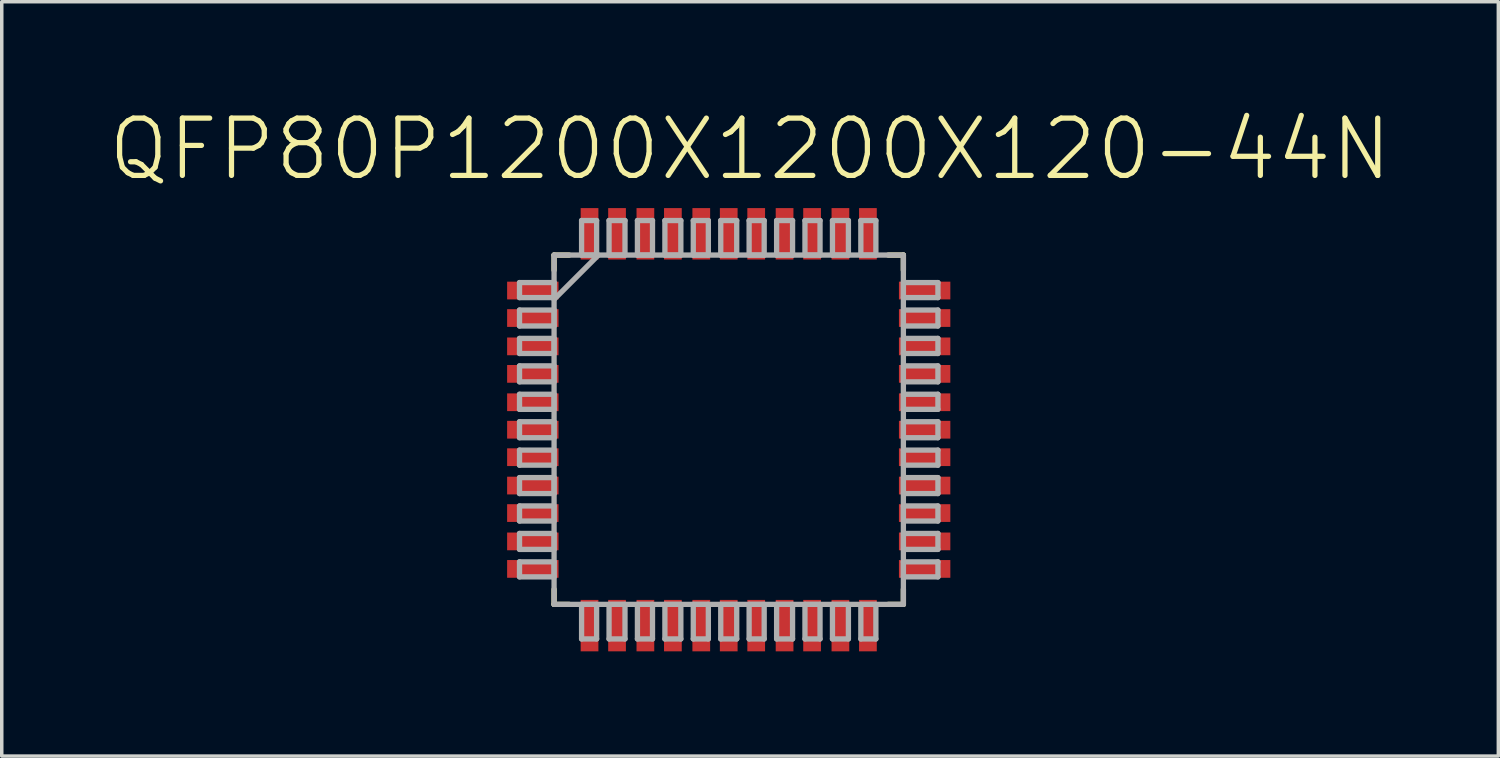
<source format=kicad_pcb>
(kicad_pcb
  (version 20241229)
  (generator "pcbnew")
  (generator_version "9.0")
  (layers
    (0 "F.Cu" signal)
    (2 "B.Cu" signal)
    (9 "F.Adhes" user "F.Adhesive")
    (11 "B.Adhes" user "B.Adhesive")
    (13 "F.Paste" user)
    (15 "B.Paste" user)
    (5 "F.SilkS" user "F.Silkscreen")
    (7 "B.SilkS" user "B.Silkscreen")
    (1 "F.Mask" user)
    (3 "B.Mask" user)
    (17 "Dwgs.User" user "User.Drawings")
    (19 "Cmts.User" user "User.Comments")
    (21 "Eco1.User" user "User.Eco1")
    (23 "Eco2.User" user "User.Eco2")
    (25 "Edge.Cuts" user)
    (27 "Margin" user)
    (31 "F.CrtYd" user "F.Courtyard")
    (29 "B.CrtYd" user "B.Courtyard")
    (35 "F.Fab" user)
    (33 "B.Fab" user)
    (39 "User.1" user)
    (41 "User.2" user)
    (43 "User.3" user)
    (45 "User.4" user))
  (footprint "QFP80P1200X1200X120-44N"
    (layer "F.Cu")
    (at 17.829 9.262)
    (property "Reference" "QFP80P1200X1200X120-44N" (at 0.61 -8.038 0) (layer "F.SilkS") (effects (font (size 1.642 1.642) (thickness 0.15))))
    (attr smd)
    (fp_line (start -5.004 -5.004) (end -5.004 -4.572) (stroke (width 0.152) (type solid)) (layer "F.SilkS"))
    (fp_line (start -5.004 4.572) (end -5.004 5.004) (stroke (width 0.152) (type solid)) (layer "F.SilkS"))
    (fp_line (start -5.004 5.004) (end -4.572 5.004) (stroke (width 0.152) (type solid)) (layer "F.SilkS"))
    (fp_line (start -4.572 -5.004) (end -5.004 -5.004) (stroke (width 0.152) (type solid)) (layer "F.SilkS"))
    (fp_line (start 4.572 5.004) (end 5.004 5.004) (stroke (width 0.152) (type solid)) (layer "F.SilkS"))
    (fp_line (start 5.004 -5.004) (end 4.572 -5.004) (stroke (width 0.152) (type solid)) (layer "F.SilkS"))
    (fp_line (start 5.004 -4.572) (end 5.004 -5.004) (stroke (width 0.152) (type solid)) (layer "F.SilkS"))
    (fp_line (start 5.004 5.004) (end 5.004 4.572) (stroke (width 0.152) (type solid)) (layer "F.SilkS"))
    (fp_line (start -5.994 -4.216) (end -5.994 -3.785) (stroke (width 0.152) (type solid)) (layer "F.Fab"))
    (fp_line (start -5.994 -3.785) (end -5.004 -3.785) (stroke (width 0.152) (type solid)) (layer "F.Fab"))
    (fp_line (start -5.994 -3.429) (end -5.994 -2.972) (stroke (width 0.152) (type solid)) (layer "F.Fab"))
    (fp_line (start -5.994 -2.972) (end -5.004 -2.972) (stroke (width 0.152) (type solid)) (layer "F.Fab"))
    (fp_line (start -5.994 -2.616) (end -5.994 -2.184) (stroke (width 0.152) (type solid)) (layer "F.Fab"))
    (fp_line (start -5.994 -2.184) (end -5.004 -2.184) (stroke (width 0.152) (type solid)) (layer "F.Fab"))
    (fp_line (start -5.994 -1.829) (end -5.994 -1.372) (stroke (width 0.152) (type solid)) (layer "F.Fab"))
    (fp_line (start -5.994 -1.372) (end -5.004 -1.372) (stroke (width 0.152) (type solid)) (layer "F.Fab"))
    (fp_line (start -5.994 -1.016) (end -5.994 -0.584) (stroke (width 0.152) (type solid)) (layer "F.Fab"))
    (fp_line (start -5.994 -0.584) (end -5.004 -0.584) (stroke (width 0.152) (type solid)) (layer "F.Fab"))
    (fp_line (start -5.994 -0.229) (end -5.994 0.229) (stroke (width 0.152) (type solid)) (layer "F.Fab"))
    (fp_line (start -5.994 0.229) (end -5.004 0.229) (stroke (width 0.152) (type solid)) (layer "F.Fab"))
    (fp_line (start -5.994 0.584) (end -5.994 1.016) (stroke (width 0.152) (type solid)) (layer "F.Fab"))
    (fp_line (start -5.994 1.016) (end -5.004 1.016) (stroke (width 0.152) (type solid)) (layer "F.Fab"))
    (fp_line (start -5.994 1.372) (end -5.994 1.829) (stroke (width 0.152) (type solid)) (layer "F.Fab"))
    (fp_line (start -5.994 1.829) (end -5.004 1.829) (stroke (width 0.152) (type solid)) (layer "F.Fab"))
    (fp_line (start -5.994 2.184) (end -5.994 2.616) (stroke (width 0.152) (type solid)) (layer "F.Fab"))
    (fp_line (start -5.994 2.616) (end -5.004 2.616) (stroke (width 0.152) (type solid)) (layer "F.Fab"))
    (fp_line (start -5.994 2.972) (end -5.994 3.429) (stroke (width 0.152) (type solid)) (layer "F.Fab"))
    (fp_line (start -5.994 3.429) (end -5.004 3.429) (stroke (width 0.152) (type solid)) (layer "F.Fab"))
    (fp_line (start -5.994 3.785) (end -5.994 4.216) (stroke (width 0.152) (type solid)) (layer "F.Fab"))
    (fp_line (start -5.994 4.216) (end -5.004 4.216) (stroke (width 0.152) (type solid)) (layer "F.Fab"))
    (fp_line (start -5.004 -5.004) (end -5.004 5.004) (stroke (width 0.152) (type solid)) (layer "F.Fab"))
    (fp_line (start -5.004 -4.216) (end -5.994 -4.216) (stroke (width 0.152) (type solid)) (layer "F.Fab"))
    (fp_line (start -5.004 -3.785) (end -5.004 -4.216) (stroke (width 0.152) (type solid)) (layer "F.Fab"))
    (fp_line (start -5.004 -3.734) (end -3.734 -5.004) (stroke (width 0.152) (type solid)) (layer "F.Fab"))
    (fp_line (start -5.004 -3.429) (end -5.994 -3.429) (stroke (width 0.152) (type solid)) (layer "F.Fab"))
    (fp_line (start -5.004 -2.972) (end -5.004 -3.429) (stroke (width 0.152) (type solid)) (layer "F.Fab"))
    (fp_line (start -5.004 -2.616) (end -5.994 -2.616) (stroke (width 0.152) (type solid)) (layer "F.Fab"))
    (fp_line (start -5.004 -2.184) (end -5.004 -2.616) (stroke (width 0.152) (type solid)) (layer "F.Fab"))
    (fp_line (start -5.004 -1.829) (end -5.994 -1.829) (stroke (width 0.152) (type solid)) (layer "F.Fab"))
    (fp_line (start -5.004 -1.372) (end -5.004 -1.829) (stroke (width 0.152) (type solid)) (layer "F.Fab"))
    (fp_line (start -5.004 -1.016) (end -5.994 -1.016) (stroke (width 0.152) (type solid)) (layer "F.Fab"))
    (fp_line (start -5.004 -0.584) (end -5.004 -1.016) (stroke (width 0.152) (type solid)) (layer "F.Fab"))
    (fp_line (start -5.004 -0.229) (end -5.994 -0.229) (stroke (width 0.152) (type solid)) (layer "F.Fab"))
    (fp_line (start -5.004 0.229) (end -5.004 -0.229) (stroke (width 0.152) (type solid)) (layer "F.Fab"))
    (fp_line (start -5.004 0.584) (end -5.994 0.584) (stroke (width 0.152) (type solid)) (layer "F.Fab"))
    (fp_line (start -5.004 1.016) (end -5.004 0.584) (stroke (width 0.152) (type solid)) (layer "F.Fab"))
    (fp_line (start -5.004 1.372) (end -5.994 1.372) (stroke (width 0.152) (type solid)) (layer "F.Fab"))
    (fp_line (start -5.004 1.829) (end -5.004 1.372) (stroke (width 0.152) (type solid)) (layer "F.Fab"))
    (fp_line (start -5.004 2.184) (end -5.994 2.184) (stroke (width 0.152) (type solid)) (layer "F.Fab"))
    (fp_line (start -5.004 2.616) (end -5.004 2.184) (stroke (width 0.152) (type solid)) (layer "F.Fab"))
    (fp_line (start -5.004 2.972) (end -5.994 2.972) (stroke (width 0.152) (type solid)) (layer "F.Fab"))
    (fp_line (start -5.004 3.429) (end -5.004 2.972) (stroke (width 0.152) (type solid)) (layer "F.Fab"))
    (fp_line (start -5.004 3.785) (end -5.994 3.785) (stroke (width 0.152) (type solid)) (layer "F.Fab"))
    (fp_line (start -5.004 4.216) (end -5.004 3.785) (stroke (width 0.152) (type solid)) (layer "F.Fab"))
    (fp_line (start -5.004 5.004) (end 5.004 5.004) (stroke (width 0.152) (type solid)) (layer "F.Fab"))
    (fp_line (start -4.216 -5.994) (end -4.216 -5.004) (stroke (width 0.152) (type solid)) (layer "F.Fab"))
    (fp_line (start -4.216 -5.004) (end -3.785 -5.004) (stroke (width 0.152) (type solid)) (layer "F.Fab"))
    (fp_line (start -4.216 5.004) (end -4.216 5.994) (stroke (width 0.152) (type solid)) (layer "F.Fab"))
    (fp_line (start -4.216 5.994) (end -3.785 5.994) (stroke (width 0.152) (type solid)) (layer "F.Fab"))
    (fp_line (start -3.785 -5.994) (end -4.216 -5.994) (stroke (width 0.152) (type solid)) (layer "F.Fab"))
    (fp_line (start -3.785 -5.004) (end -3.785 -5.994) (stroke (width 0.152) (type solid)) (layer "F.Fab"))
    (fp_line (start -3.785 5.004) (end -4.216 5.004) (stroke (width 0.152) (type solid)) (layer "F.Fab"))
    (fp_line (start -3.785 5.994) (end -3.785 5.004) (stroke (width 0.152) (type solid)) (layer "F.Fab"))
    (fp_line (start -3.429 -5.994) (end -3.429 -5.004) (stroke (width 0.152) (type solid)) (layer "F.Fab"))
    (fp_line (start -3.429 -5.004) (end -2.972 -5.004) (stroke (width 0.152) (type solid)) (layer "F.Fab"))
    (fp_line (start -3.429 5.004) (end -3.429 5.994) (stroke (width 0.152) (type solid)) (layer "F.Fab"))
    (fp_line (start -3.429 5.994) (end -2.972 5.994) (stroke (width 0.152) (type solid)) (layer "F.Fab"))
    (fp_line (start -2.972 -5.994) (end -3.429 -5.994) (stroke (width 0.152) (type solid)) (layer "F.Fab"))
    (fp_line (start -2.972 -5.004) (end -2.972 -5.994) (stroke (width 0.152) (type solid)) (layer "F.Fab"))
    (fp_line (start -2.972 5.004) (end -3.429 5.004) (stroke (width 0.152) (type solid)) (layer "F.Fab"))
    (fp_line (start -2.972 5.994) (end -2.972 5.004) (stroke (width 0.152) (type solid)) (layer "F.Fab"))
    (fp_line (start -2.616 -5.994) (end -2.616 -5.004) (stroke (width 0.152) (type solid)) (layer "F.Fab"))
    (fp_line (start -2.616 -5.004) (end -2.184 -5.004) (stroke (width 0.152) (type solid)) (layer "F.Fab"))
    (fp_line (start -2.616 5.004) (end -2.616 5.994) (stroke (width 0.152) (type solid)) (layer "F.Fab"))
    (fp_line (start -2.616 5.994) (end -2.184 5.994) (stroke (width 0.152) (type solid)) (layer "F.Fab"))
    (fp_line (start -2.184 -5.994) (end -2.616 -5.994) (stroke (width 0.152) (type solid)) (layer "F.Fab"))
    (fp_line (start -2.184 -5.004) (end -2.184 -5.994) (stroke (width 0.152) (type solid)) (layer "F.Fab"))
    (fp_line (start -2.184 5.004) (end -2.616 5.004) (stroke (width 0.152) (type solid)) (layer "F.Fab"))
    (fp_line (start -2.184 5.994) (end -2.184 5.004) (stroke (width 0.152) (type solid)) (layer "F.Fab"))
    (fp_line (start -1.829 -5.994) (end -1.829 -5.004) (stroke (width 0.152) (type solid)) (layer "F.Fab"))
    (fp_line (start -1.829 -5.004) (end -1.372 -5.004) (stroke (width 0.152) (type solid)) (layer "F.Fab"))
    (fp_line (start -1.829 5.004) (end -1.829 5.994) (stroke (width 0.152) (type solid)) (layer "F.Fab"))
    (fp_line (start -1.829 5.994) (end -1.372 5.994) (stroke (width 0.152) (type solid)) (layer "F.Fab"))
    (fp_line (start -1.372 -5.994) (end -1.829 -5.994) (stroke (width 0.152) (type solid)) (layer "F.Fab"))
    (fp_line (start -1.372 -5.004) (end -1.372 -5.994) (stroke (width 0.152) (type solid)) (layer "F.Fab"))
    (fp_line (start -1.372 5.004) (end -1.829 5.004) (stroke (width 0.152) (type solid)) (layer "F.Fab"))
    (fp_line (start -1.372 5.994) (end -1.372 5.004) (stroke (width 0.152) (type solid)) (layer "F.Fab"))
    (fp_line (start -1.016 -5.994) (end -1.016 -5.004) (stroke (width 0.152) (type solid)) (layer "F.Fab"))
    (fp_line (start -1.016 -5.004) (end -0.584 -5.004) (stroke (width 0.152) (type solid)) (layer "F.Fab"))
    (fp_line (start -1.016 5.004) (end -1.016 5.994) (stroke (width 0.152) (type solid)) (layer "F.Fab"))
    (fp_line (start -1.016 5.994) (end -0.584 5.994) (stroke (width 0.152) (type solid)) (layer "F.Fab"))
    (fp_line (start -0.584 -5.994) (end -1.016 -5.994) (stroke (width 0.152) (type solid)) (layer "F.Fab"))
    (fp_line (start -0.584 -5.004) (end -0.584 -5.994) (stroke (width 0.152) (type solid)) (layer "F.Fab"))
    (fp_line (start -0.584 5.004) (end -1.016 5.004) (stroke (width 0.152) (type solid)) (layer "F.Fab"))
    (fp_line (start -0.584 5.994) (end -0.584 5.004) (stroke (width 0.152) (type solid)) (layer "F.Fab"))
    (fp_line (start -0.229 -5.994) (end -0.229 -5.004) (stroke (width 0.152) (type solid)) (layer "F.Fab"))
    (fp_line (start -0.229 -5.004) (end 0.229 -5.004) (stroke (width 0.152) (type solid)) (layer "F.Fab"))
    (fp_line (start -0.229 5.004) (end -0.229 5.994) (stroke (width 0.152) (type solid)) (layer "F.Fab"))
    (fp_line (start -0.229 5.994) (end 0.229 5.994) (stroke (width 0.152) (type solid)) (layer "F.Fab"))
    (fp_line (start 0.229 -5.994) (end -0.229 -5.994) (stroke (width 0.152) (type solid)) (layer "F.Fab"))
    (fp_line (start 0.229 -5.004) (end 0.229 -5.994) (stroke (width 0.152) (type solid)) (layer "F.Fab"))
    (fp_line (start 0.229 5.004) (end -0.229 5.004) (stroke (width 0.152) (type solid)) (layer "F.Fab"))
    (fp_line (start 0.229 5.994) (end 0.229 5.004) (stroke (width 0.152) (type solid)) (layer "F.Fab"))
    (fp_line (start 0.584 -5.994) (end 0.584 -5.004) (stroke (width 0.152) (type solid)) (layer "F.Fab"))
    (fp_line (start 0.584 -5.004) (end 1.016 -5.004) (stroke (width 0.152) (type solid)) (layer "F.Fab"))
    (fp_line (start 0.584 5.004) (end 0.584 5.994) (stroke (width 0.152) (type solid)) (layer "F.Fab"))
    (fp_line (start 0.584 5.994) (end 1.016 5.994) (stroke (width 0.152) (type solid)) (layer "F.Fab"))
    (fp_line (start 1.016 -5.994) (end 0.584 -5.994) (stroke (width 0.152) (type solid)) (layer "F.Fab"))
    (fp_line (start 1.016 -5.004) (end 1.016 -5.994) (stroke (width 0.152) (type solid)) (layer "F.Fab"))
    (fp_line (start 1.016 5.004) (end 0.584 5.004) (stroke (width 0.152) (type solid)) (layer "F.Fab"))
    (fp_line (start 1.016 5.994) (end 1.016 5.004) (stroke (width 0.152) (type solid)) (layer "F.Fab"))
    (fp_line (start 1.372 -5.994) (end 1.372 -5.004) (stroke (width 0.152) (type solid)) (layer "F.Fab"))
    (fp_line (start 1.372 -5.004) (end 1.829 -5.004) (stroke (width 0.152) (type solid)) (layer "F.Fab"))
    (fp_line (start 1.372 5.004) (end 1.372 5.994) (stroke (width 0.152) (type solid)) (layer "F.Fab"))
    (fp_line (start 1.372 5.994) (end 1.829 5.994) (stroke (width 0.152) (type solid)) (layer "F.Fab"))
    (fp_line (start 1.829 -5.994) (end 1.372 -5.994) (stroke (width 0.152) (type solid)) (layer "F.Fab"))
    (fp_line (start 1.829 -5.004) (end 1.829 -5.994) (stroke (width 0.152) (type solid)) (layer "F.Fab"))
    (fp_line (start 1.829 5.004) (end 1.372 5.004) (stroke (width 0.152) (type solid)) (layer "F.Fab"))
    (fp_line (start 1.829 5.994) (end 1.829 5.004) (stroke (width 0.152) (type solid)) (layer "F.Fab"))
    (fp_line (start 2.184 -5.994) (end 2.184 -5.004) (stroke (width 0.152) (type solid)) (layer "F.Fab"))
    (fp_line (start 2.184 -5.004) (end 2.616 -5.004) (stroke (width 0.152) (type solid)) (layer "F.Fab"))
    (fp_line (start 2.184 5.004) (end 2.184 5.994) (stroke (width 0.152) (type solid)) (layer "F.Fab"))
    (fp_line (start 2.184 5.994) (end 2.616 5.994) (stroke (width 0.152) (type solid)) (layer "F.Fab"))
    (fp_line (start 2.616 -5.994) (end 2.184 -5.994) (stroke (width 0.152) (type solid)) (layer "F.Fab"))
    (fp_line (start 2.616 -5.004) (end 2.616 -5.994) (stroke (width 0.152) (type solid)) (layer "F.Fab"))
    (fp_line (start 2.616 5.004) (end 2.184 5.004) (stroke (width 0.152) (type solid)) (layer "F.Fab"))
    (fp_line (start 2.616 5.994) (end 2.616 5.004) (stroke (width 0.152) (type solid)) (layer "F.Fab"))
    (fp_line (start 2.972 -5.994) (end 2.972 -5.004) (stroke (width 0.152) (type solid)) (layer "F.Fab"))
    (fp_line (start 2.972 -5.004) (end 3.429 -5.004) (stroke (width 0.152) (type solid)) (layer "F.Fab"))
    (fp_line (start 2.972 5.004) (end 2.972 5.994) (stroke (width 0.152) (type solid)) (layer "F.Fab"))
    (fp_line (start 2.972 5.994) (end 3.429 5.994) (stroke (width 0.152) (type solid)) (layer "F.Fab"))
    (fp_line (start 3.429 -5.994) (end 2.972 -5.994) (stroke (width 0.152) (type solid)) (layer "F.Fab"))
    (fp_line (start 3.429 -5.004) (end 3.429 -5.994) (stroke (width 0.152) (type solid)) (layer "F.Fab"))
    (fp_line (start 3.429 5.004) (end 2.972 5.004) (stroke (width 0.152) (type solid)) (layer "F.Fab"))
    (fp_line (start 3.429 5.994) (end 3.429 5.004) (stroke (width 0.152) (type solid)) (layer "F.Fab"))
    (fp_line (start 3.785 -5.994) (end 3.785 -5.004) (stroke (width 0.152) (type solid)) (layer "F.Fab"))
    (fp_line (start 3.785 -5.004) (end 4.216 -5.004) (stroke (width 0.152) (type solid)) (layer "F.Fab"))
    (fp_line (start 3.785 5.004) (end 3.785 5.994) (stroke (width 0.152) (type solid)) (layer "F.Fab"))
    (fp_line (start 3.785 5.994) (end 4.216 5.994) (stroke (width 0.152) (type solid)) (layer "F.Fab"))
    (fp_line (start 4.216 -5.994) (end 3.785 -5.994) (stroke (width 0.152) (type solid)) (layer "F.Fab"))
    (fp_line (start 4.216 -5.004) (end 4.216 -5.994) (stroke (width 0.152) (type solid)) (layer "F.Fab"))
    (fp_line (start 4.216 5.004) (end 3.785 5.004) (stroke (width 0.152) (type solid)) (layer "F.Fab"))
    (fp_line (start 4.216 5.994) (end 4.216 5.004) (stroke (width 0.152) (type solid)) (layer "F.Fab"))
    (fp_line (start 5.004 -5.004) (end -5.004 -5.004) (stroke (width 0.152) (type solid)) (layer "F.Fab"))
    (fp_line (start 5.004 -4.216) (end 5.004 -3.785) (stroke (width 0.152) (type solid)) (layer "F.Fab"))
    (fp_line (start 5.004 -3.785) (end 5.994 -3.785) (stroke (width 0.152) (type solid)) (layer "F.Fab"))
    (fp_line (start 5.004 -3.429) (end 5.004 -2.972) (stroke (width 0.152) (type solid)) (layer "F.Fab"))
    (fp_line (start 5.004 -2.972) (end 5.994 -2.972) (stroke (width 0.152) (type solid)) (layer "F.Fab"))
    (fp_line (start 5.004 -2.616) (end 5.004 -2.184) (stroke (width 0.152) (type solid)) (layer "F.Fab"))
    (fp_line (start 5.004 -2.184) (end 5.994 -2.184) (stroke (width 0.152) (type solid)) (layer "F.Fab"))
    (fp_line (start 5.004 -1.829) (end 5.004 -1.372) (stroke (width 0.152) (type solid)) (layer "F.Fab"))
    (fp_line (start 5.004 -1.372) (end 5.994 -1.372) (stroke (width 0.152) (type solid)) (layer "F.Fab"))
    (fp_line (start 5.004 -1.016) (end 5.004 -0.584) (stroke (width 0.152) (type solid)) (layer "F.Fab"))
    (fp_line (start 5.004 -0.584) (end 5.994 -0.584) (stroke (width 0.152) (type solid)) (layer "F.Fab"))
    (fp_line (start 5.004 -0.229) (end 5.004 0.229) (stroke (width 0.152) (type solid)) (layer "F.Fab"))
    (fp_line (start 5.004 0.229) (end 5.994 0.229) (stroke (width 0.152) (type solid)) (layer "F.Fab"))
    (fp_line (start 5.004 0.584) (end 5.004 1.016) (stroke (width 0.152) (type solid)) (layer "F.Fab"))
    (fp_line (start 5.004 1.016) (end 5.994 1.016) (stroke (width 0.152) (type solid)) (layer "F.Fab"))
    (fp_line (start 5.004 1.372) (end 5.004 1.829) (stroke (width 0.152) (type solid)) (layer "F.Fab"))
    (fp_line (start 5.004 1.829) (end 5.994 1.829) (stroke (width 0.152) (type solid)) (layer "F.Fab"))
    (fp_line (start 5.004 2.184) (end 5.004 2.616) (stroke (width 0.152) (type solid)) (layer "F.Fab"))
    (fp_line (start 5.004 2.616) (end 5.994 2.616) (stroke (width 0.152) (type solid)) (layer "F.Fab"))
    (fp_line (start 5.004 2.972) (end 5.004 3.429) (stroke (width 0.152) (type solid)) (layer "F.Fab"))
    (fp_line (start 5.004 3.429) (end 5.994 3.429) (stroke (width 0.152) (type solid)) (layer "F.Fab"))
    (fp_line (start 5.004 3.785) (end 5.004 4.216) (stroke (width 0.152) (type solid)) (layer "F.Fab"))
    (fp_line (start 5.004 4.216) (end 5.994 4.216) (stroke (width 0.152) (type solid)) (layer "F.Fab"))
    (fp_line (start 5.004 5.004) (end 5.004 -5.004) (stroke (width 0.152) (type solid)) (layer "F.Fab"))
    (fp_line (start 5.994 -4.216) (end 5.004 -4.216) (stroke (width 0.152) (type solid)) (layer "F.Fab"))
    (fp_line (start 5.994 -3.785) (end 5.994 -4.216) (stroke (width 0.152) (type solid)) (layer "F.Fab"))
    (fp_line (start 5.994 -3.429) (end 5.004 -3.429) (stroke (width 0.152) (type solid)) (layer "F.Fab"))
    (fp_line (start 5.994 -2.972) (end 5.994 -3.429) (stroke (width 0.152) (type solid)) (layer "F.Fab"))
    (fp_line (start 5.994 -2.616) (end 5.004 -2.616) (stroke (width 0.152) (type solid)) (layer "F.Fab"))
    (fp_line (start 5.994 -2.184) (end 5.994 -2.616) (stroke (width 0.152) (type solid)) (layer "F.Fab"))
    (fp_line (start 5.994 -1.829) (end 5.004 -1.829) (stroke (width 0.152) (type solid)) (layer "F.Fab"))
    (fp_line (start 5.994 -1.372) (end 5.994 -1.829) (stroke (width 0.152) (type solid)) (layer "F.Fab"))
    (fp_line (start 5.994 -1.016) (end 5.004 -1.016) (stroke (width 0.152) (type solid)) (layer "F.Fab"))
    (fp_line (start 5.994 -0.584) (end 5.994 -1.016) (stroke (width 0.152) (type solid)) (layer "F.Fab"))
    (fp_line (start 5.994 -0.229) (end 5.004 -0.229) (stroke (width 0.152) (type solid)) (layer "F.Fab"))
    (fp_line (start 5.994 0.229) (end 5.994 -0.229) (stroke (width 0.152) (type solid)) (layer "F.Fab"))
    (fp_line (start 5.994 0.584) (end 5.004 0.584) (stroke (width 0.152) (type solid)) (layer "F.Fab"))
    (fp_line (start 5.994 1.016) (end 5.994 0.584) (stroke (width 0.152) (type solid)) (layer "F.Fab"))
    (fp_line (start 5.994 1.372) (end 5.004 1.372) (stroke (width 0.152) (type solid)) (layer "F.Fab"))
    (fp_line (start 5.994 1.829) (end 5.994 1.372) (stroke (width 0.152) (type solid)) (layer "F.Fab"))
    (fp_line (start 5.994 2.184) (end 5.004 2.184) (stroke (width 0.152) (type solid)) (layer "F.Fab"))
    (fp_line (start 5.994 2.616) (end 5.994 2.184) (stroke (width 0.152) (type solid)) (layer "F.Fab"))
    (fp_line (start 5.994 2.972) (end 5.004 2.972) (stroke (width 0.152) (type solid)) (layer "F.Fab"))
    (fp_line (start 5.994 3.429) (end 5.994 2.972) (stroke (width 0.152) (type solid)) (layer "F.Fab"))
    (fp_line (start 5.994 3.785) (end 5.004 3.785) (stroke (width 0.152) (type solid)) (layer "F.Fab"))
    (fp_line (start 5.994 4.216) (end 5.994 3.785) (stroke (width 0.152) (type solid)) (layer "F.Fab"))
    (pad "1" smd rect (at -5.613 -3.988) (size 1.473 0.508) (layers "F.Cu" "F.Mask" "F.Paste"))
    (pad "2" smd rect (at -5.613 -3.2) (size 1.473 0.508) (layers "F.Cu" "F.Mask" "F.Paste"))
    (pad "3" smd rect (at -5.613 -2.388) (size 1.473 0.508) (layers "F.Cu" "F.Mask" "F.Paste"))
    (pad "4" smd rect (at -5.613 -1.6) (size 1.473 0.508) (layers "F.Cu" "F.Mask" "F.Paste"))
    (pad "5" smd rect (at -5.613 -0.787) (size 1.473 0.508) (layers "F.Cu" "F.Mask" "F.Paste"))
    (pad "6" smd rect (at -5.613 0) (size 1.473 0.508) (layers "F.Cu" "F.Mask" "F.Paste"))
    (pad "7" smd rect (at -5.613 0.787) (size 1.473 0.508) (layers "F.Cu" "F.Mask" "F.Paste"))
    (pad "8" smd rect (at -5.613 1.6) (size 1.473 0.508) (layers "F.Cu" "F.Mask" "F.Paste"))
    (pad "9" smd rect (at -5.613 2.388) (size 1.473 0.508) (layers "F.Cu" "F.Mask" "F.Paste"))
    (pad "10" smd rect (at -5.613 3.2) (size 1.473 0.508) (layers "F.Cu" "F.Mask" "F.Paste"))
    (pad "11" smd rect (at -5.613 3.988) (size 1.473 0.508) (layers "F.Cu" "F.Mask" "F.Paste"))
    (pad "12" smd rect (at -3.988 5.613) (size 0.508 1.473) (layers "F.Cu" "F.Mask" "F.Paste"))
    (pad "13" smd rect (at -3.2 5.613) (size 0.508 1.473) (layers "F.Cu" "F.Mask" "F.Paste"))
    (pad "14" smd rect (at -2.388 5.613) (size 0.508 1.473) (layers "F.Cu" "F.Mask" "F.Paste"))
    (pad "15" smd rect (at -1.6 5.613) (size 0.508 1.473) (layers "F.Cu" "F.Mask" "F.Paste"))
    (pad "16" smd rect (at -0.787 5.613) (size 0.508 1.473) (layers "F.Cu" "F.Mask" "F.Paste"))
    (pad "17" smd rect (at 0 5.613) (size 0.508 1.473) (layers "F.Cu" "F.Mask" "F.Paste"))
    (pad "18" smd rect (at 0.787 5.613) (size 0.508 1.473) (layers "F.Cu" "F.Mask" "F.Paste"))
    (pad "19" smd rect (at 1.6 5.613) (size 0.508 1.473) (layers "F.Cu" "F.Mask" "F.Paste"))
    (pad "20" smd rect (at 2.388 5.613) (size 0.508 1.473) (layers "F.Cu" "F.Mask" "F.Paste"))
    (pad "21" smd rect (at 3.2 5.613) (size 0.508 1.473) (layers "F.Cu" "F.Mask" "F.Paste"))
    (pad "22" smd rect (at 3.988 5.613) (size 0.508 1.473) (layers "F.Cu" "F.Mask" "F.Paste"))
    (pad "23" smd rect (at 5.613 3.988) (size 1.473 0.508) (layers "F.Cu" "F.Mask" "F.Paste"))
    (pad "24" smd rect (at 5.613 3.2) (size 1.473 0.508) (layers "F.Cu" "F.Mask" "F.Paste"))
    (pad "25" smd rect (at 5.613 2.388) (size 1.473 0.508) (layers "F.Cu" "F.Mask" "F.Paste"))
    (pad "26" smd rect (at 5.613 1.6) (size 1.473 0.508) (layers "F.Cu" "F.Mask" "F.Paste"))
    (pad "27" smd rect (at 5.613 0.787) (size 1.473 0.508) (layers "F.Cu" "F.Mask" "F.Paste"))
    (pad "28" smd rect (at 5.613 0) (size 1.473 0.508) (layers "F.Cu" "F.Mask" "F.Paste"))
    (pad "29" smd rect (at 5.613 -0.787) (size 1.473 0.508) (layers "F.Cu" "F.Mask" "F.Paste"))
    (pad "30" smd rect (at 5.613 -1.6) (size 1.473 0.508) (layers "F.Cu" "F.Mask" "F.Paste"))
    (pad "31" smd rect (at 5.613 -2.388) (size 1.473 0.508) (layers "F.Cu" "F.Mask" "F.Paste"))
    (pad "32" smd rect (at 5.613 -3.2) (size 1.473 0.508) (layers "F.Cu" "F.Mask" "F.Paste"))
    (pad "33" smd rect (at 5.613 -3.988) (size 1.473 0.508) (layers "F.Cu" "F.Mask" "F.Paste"))
    (pad "34" smd rect (at 3.988 -5.613) (size 0.508 1.473) (layers "F.Cu" "F.Mask" "F.Paste"))
    (pad "35" smd rect (at 3.2 -5.613) (size 0.508 1.473) (layers "F.Cu" "F.Mask" "F.Paste"))
    (pad "36" smd rect (at 2.388 -5.613) (size 0.508 1.473) (layers "F.Cu" "F.Mask" "F.Paste"))
    (pad "37" smd rect (at 1.6 -5.613) (size 0.508 1.473) (layers "F.Cu" "F.Mask" "F.Paste"))
    (pad "38" smd rect (at 0.787 -5.613) (size 0.508 1.473) (layers "F.Cu" "F.Mask" "F.Paste"))
    (pad "39" smd rect (at 0 -5.613) (size 0.508 1.473) (layers "F.Cu" "F.Mask" "F.Paste"))
    (pad "40" smd rect (at -0.787 -5.613) (size 0.508 1.473) (layers "F.Cu" "F.Mask" "F.Paste"))
    (pad "41" smd rect (at -1.6 -5.613) (size 0.508 1.473) (layers "F.Cu" "F.Mask" "F.Paste"))
    (pad "42" smd rect (at -2.388 -5.613) (size 0.508 1.473) (layers "F.Cu" "F.Mask" "F.Paste"))
    (pad "43" smd rect (at -3.2 -5.613) (size 0.508 1.473) (layers "F.Cu" "F.Mask" "F.Paste"))
    (pad "44" smd rect (at -3.988 -5.613) (size 0.508 1.473) (layers "F.Cu" "F.Mask" "F.Paste")))
  (gr_rect
    (start -3 -3)
    (end 39.879 18.612)
    (stroke (width 0.1) (type default))
    (fill no)
    (layer "Edge.Cuts")))
</source>
